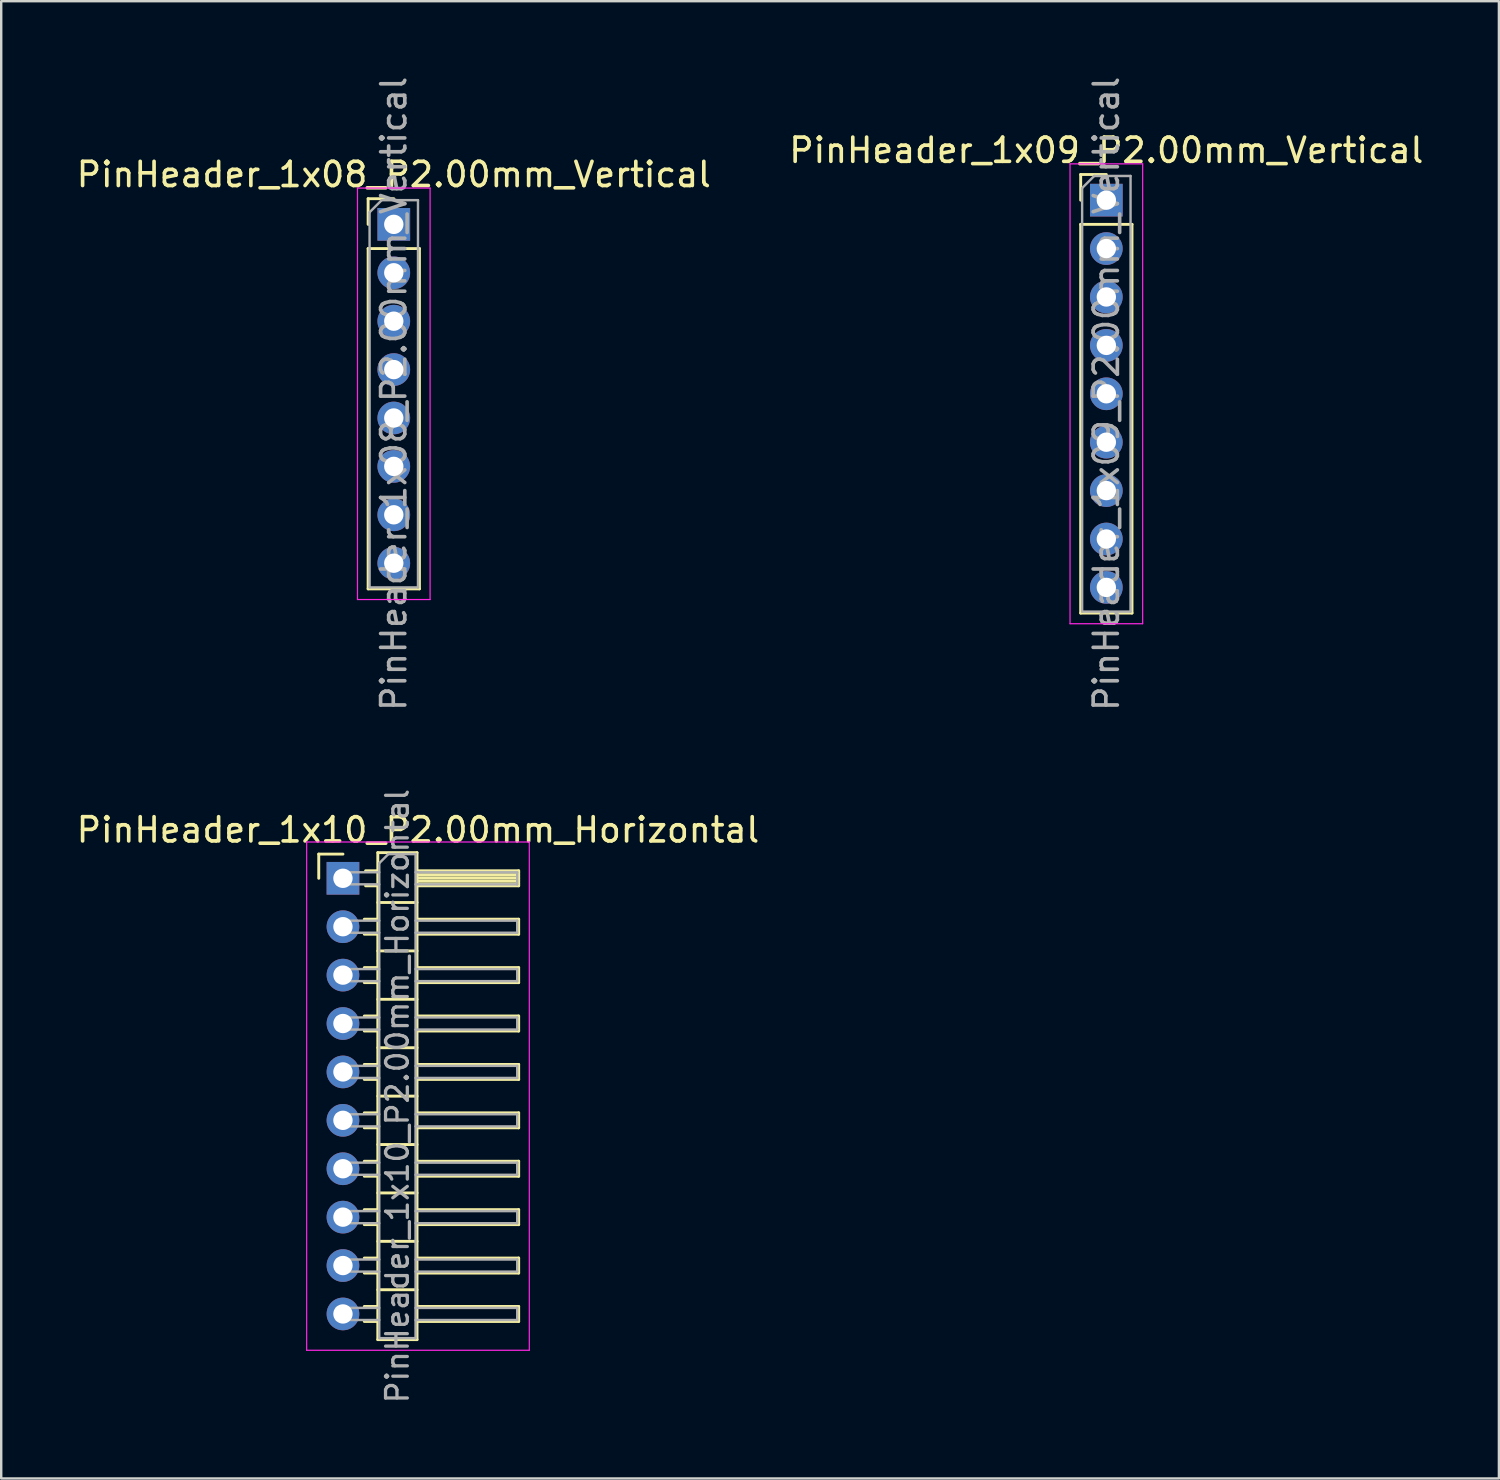
<source format=kicad_pcb>
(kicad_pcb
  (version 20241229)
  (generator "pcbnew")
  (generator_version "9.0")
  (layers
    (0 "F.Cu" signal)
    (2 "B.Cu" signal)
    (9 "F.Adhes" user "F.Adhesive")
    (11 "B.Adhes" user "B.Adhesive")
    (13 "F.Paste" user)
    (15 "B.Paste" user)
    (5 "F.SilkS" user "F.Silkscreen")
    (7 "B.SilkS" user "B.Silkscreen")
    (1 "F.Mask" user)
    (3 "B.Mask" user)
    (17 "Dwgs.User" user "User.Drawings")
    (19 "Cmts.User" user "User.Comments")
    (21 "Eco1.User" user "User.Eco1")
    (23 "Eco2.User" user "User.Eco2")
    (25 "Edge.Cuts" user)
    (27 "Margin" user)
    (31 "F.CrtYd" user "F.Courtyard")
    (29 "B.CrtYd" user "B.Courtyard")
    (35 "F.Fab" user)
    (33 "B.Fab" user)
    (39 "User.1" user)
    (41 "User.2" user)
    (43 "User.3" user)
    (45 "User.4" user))
  (footprint "PinHeader_1x09_P2.00mm_Vertical"
    (layer "F.Cu")
    (at 42.661 5.22)
    (property "Reference" "PinHeader_1x09_P2.00mm_Vertical" (at 0 -2.06 0) (layer "F.SilkS") (effects (font (size 1 1) (thickness 0.15))))
    (attr through_hole)
    (fp_line (start -1.06 -1.06) (end 0 -1.06) (stroke (width 0.12) (type solid)) (layer "F.SilkS"))
    (fp_line (start -1.06 0) (end -1.06 -1.06) (stroke (width 0.12) (type solid)) (layer "F.SilkS"))
    (fp_line (start -1.06 1) (end -1.06 17.06) (stroke (width 0.12) (type solid)) (layer "F.SilkS"))
    (fp_line (start -1.06 1) (end 1.06 1) (stroke (width 0.12) (type solid)) (layer "F.SilkS"))
    (fp_line (start -1.06 17.06) (end 1.06 17.06) (stroke (width 0.12) (type solid)) (layer "F.SilkS"))
    (fp_line (start 1.06 1) (end 1.06 17.06) (stroke (width 0.12) (type solid)) (layer "F.SilkS"))
    (fp_line (start -1.5 -1.5) (end -1.5 17.5) (stroke (width 0.05) (type solid)) (layer "F.CrtYd"))
    (fp_line (start -1.5 17.5) (end 1.5 17.5) (stroke (width 0.05) (type solid)) (layer "F.CrtYd"))
    (fp_line (start 1.5 -1.5) (end -1.5 -1.5) (stroke (width 0.05) (type solid)) (layer "F.CrtYd"))
    (fp_line (start 1.5 17.5) (end 1.5 -1.5) (stroke (width 0.05) (type solid)) (layer "F.CrtYd"))
    (fp_line (start -1 -0.5) (end -0.5 -1) (stroke (width 0.1) (type solid)) (layer "F.Fab"))
    (fp_line (start -1 17) (end -1 -0.5) (stroke (width 0.1) (type solid)) (layer "F.Fab"))
    (fp_line (start -0.5 -1) (end 1 -1) (stroke (width 0.1) (type solid)) (layer "F.Fab"))
    (fp_line (start 1 -1) (end 1 17) (stroke (width 0.1) (type solid)) (layer "F.Fab"))
    (fp_line (start 1 17) (end -1 17) (stroke (width 0.1) (type solid)) (layer "F.Fab"))
    (fp_text user "${REFERENCE}" (at 0 8 90) (layer "F.Fab") (effects (font (size 1 1) (thickness 0.15))))
    (pad "1" thru_hole rect (at 0 0) (size 1.35 1.35) (drill 0.8) (layers "*.Cu" "*.Mask"))
    (pad "2" thru_hole oval (at 0 2) (size 1.35 1.35) (drill 0.8) (layers "*.Cu" "*.Mask"))
    (pad "3" thru_hole oval (at 0 4) (size 1.35 1.35) (drill 0.8) (layers "*.Cu" "*.Mask"))
    (pad "4" thru_hole oval (at 0 6) (size 1.35 1.35) (drill 0.8) (layers "*.Cu" "*.Mask"))
    (pad "5" thru_hole oval (at 0 8) (size 1.35 1.35) (drill 0.8) (layers "*.Cu" "*.Mask"))
    (pad "6" thru_hole oval (at 0 10) (size 1.35 1.35) (drill 0.8) (layers "*.Cu" "*.Mask"))
    (pad "7" thru_hole oval (at 0 12) (size 1.35 1.35) (drill 0.8) (layers "*.Cu" "*.Mask"))
    (pad "8" thru_hole oval (at 0 14) (size 1.35 1.35) (drill 0.8) (layers "*.Cu" "*.Mask"))
    (pad "9" thru_hole oval (at 0 16) (size 1.35 1.35) (drill 0.8) (layers "*.Cu" "*.Mask")))
  (footprint "PinHeader_1x10_P2.00mm_Horizontal"
    (layer "F.Cu")
    (at 11.12 33.239)
    (property "Reference" "PinHeader_1x10_P2.00mm_Horizontal" (at 3.1 -2 0) (layer "F.SilkS") (effects (font (size 1 1) (thickness 0.15))))
    (attr through_hole)
    (fp_line (start -1 -1) (end 0 -1) (stroke (width 0.12) (type solid)) (layer "F.SilkS"))
    (fp_line (start -1 0) (end -1 -1) (stroke (width 0.12) (type solid)) (layer "F.SilkS"))
    (fp_line (start 0.882 1.69) (end 1.44 1.69) (stroke (width 0.12) (type solid)) (layer "F.SilkS"))
    (fp_line (start 0.882 2.31) (end 1.44 2.31) (stroke (width 0.12) (type solid)) (layer "F.SilkS"))
    (fp_line (start 0.882 3.69) (end 1.44 3.69) (stroke (width 0.12) (type solid)) (layer "F.SilkS"))
    (fp_line (start 0.882 4.31) (end 1.44 4.31) (stroke (width 0.12) (type solid)) (layer "F.SilkS"))
    (fp_line (start 0.882 5.69) (end 1.44 5.69) (stroke (width 0.12) (type solid)) (layer "F.SilkS"))
    (fp_line (start 0.882 6.31) (end 1.44 6.31) (stroke (width 0.12) (type solid)) (layer "F.SilkS"))
    (fp_line (start 0.882 7.69) (end 1.44 7.69) (stroke (width 0.12) (type solid)) (layer "F.SilkS"))
    (fp_line (start 0.882 8.31) (end 1.44 8.31) (stroke (width 0.12) (type solid)) (layer "F.SilkS"))
    (fp_line (start 0.882 9.69) (end 1.44 9.69) (stroke (width 0.12) (type solid)) (layer "F.SilkS"))
    (fp_line (start 0.882 10.31) (end 1.44 10.31) (stroke (width 0.12) (type solid)) (layer "F.SilkS"))
    (fp_line (start 0.882 11.69) (end 1.44 11.69) (stroke (width 0.12) (type solid)) (layer "F.SilkS"))
    (fp_line (start 0.882 12.31) (end 1.44 12.31) (stroke (width 0.12) (type solid)) (layer "F.SilkS"))
    (fp_line (start 0.882 13.69) (end 1.44 13.69) (stroke (width 0.12) (type solid)) (layer "F.SilkS"))
    (fp_line (start 0.882 14.31) (end 1.44 14.31) (stroke (width 0.12) (type solid)) (layer "F.SilkS"))
    (fp_line (start 0.882 15.69) (end 1.44 15.69) (stroke (width 0.12) (type solid)) (layer "F.SilkS"))
    (fp_line (start 0.882 16.31) (end 1.44 16.31) (stroke (width 0.12) (type solid)) (layer "F.SilkS"))
    (fp_line (start 0.882 17.69) (end 1.44 17.69) (stroke (width 0.12) (type solid)) (layer "F.SilkS"))
    (fp_line (start 0.882 18.31) (end 1.44 18.31) (stroke (width 0.12) (type solid)) (layer "F.SilkS"))
    (fp_line (start 0.935 -0.31) (end 1.44 -0.31) (stroke (width 0.12) (type solid)) (layer "F.SilkS"))
    (fp_line (start 0.935 0.31) (end 1.44 0.31) (stroke (width 0.12) (type solid)) (layer "F.SilkS"))
    (fp_line (start 1.44 -1.06) (end 1.44 19.06) (stroke (width 0.12) (type solid)) (layer "F.SilkS"))
    (fp_line (start 1.44 1) (end 3.06 1) (stroke (width 0.12) (type solid)) (layer "F.SilkS"))
    (fp_line (start 1.44 3) (end 3.06 3) (stroke (width 0.12) (type solid)) (layer "F.SilkS"))
    (fp_line (start 1.44 5) (end 3.06 5) (stroke (width 0.12) (type solid)) (layer "F.SilkS"))
    (fp_line (start 1.44 7) (end 3.06 7) (stroke (width 0.12) (type solid)) (layer "F.SilkS"))
    (fp_line (start 1.44 9) (end 3.06 9) (stroke (width 0.12) (type solid)) (layer "F.SilkS"))
    (fp_line (start 1.44 11) (end 3.06 11) (stroke (width 0.12) (type solid)) (layer "F.SilkS"))
    (fp_line (start 1.44 13) (end 3.06 13) (stroke (width 0.12) (type solid)) (layer "F.SilkS"))
    (fp_line (start 1.44 15) (end 3.06 15) (stroke (width 0.12) (type solid)) (layer "F.SilkS"))
    (fp_line (start 1.44 17) (end 3.06 17) (stroke (width 0.12) (type solid)) (layer "F.SilkS"))
    (fp_line (start 1.44 19.06) (end 3.06 19.06) (stroke (width 0.12) (type solid)) (layer "F.SilkS"))
    (fp_line (start 3.06 -1.06) (end 1.44 -1.06) (stroke (width 0.12) (type solid)) (layer "F.SilkS"))
    (fp_line (start 3.06 -0.31) (end 7.26 -0.31) (stroke (width 0.12) (type solid)) (layer "F.SilkS"))
    (fp_line (start 3.06 -0.25) (end 7.26 -0.25) (stroke (width 0.12) (type solid)) (layer "F.SilkS"))
    (fp_line (start 3.06 -0.13) (end 7.26 -0.13) (stroke (width 0.12) (type solid)) (layer "F.SilkS"))
    (fp_line (start 3.06 -0.01) (end 7.26 -0.01) (stroke (width 0.12) (type solid)) (layer "F.SilkS"))
    (fp_line (start 3.06 0.11) (end 7.26 0.11) (stroke (width 0.12) (type solid)) (layer "F.SilkS"))
    (fp_line (start 3.06 0.23) (end 7.26 0.23) (stroke (width 0.12) (type solid)) (layer "F.SilkS"))
    (fp_line (start 3.06 1.69) (end 7.26 1.69) (stroke (width 0.12) (type solid)) (layer "F.SilkS"))
    (fp_line (start 3.06 3.69) (end 7.26 3.69) (stroke (width 0.12) (type solid)) (layer "F.SilkS"))
    (fp_line (start 3.06 5.69) (end 7.26 5.69) (stroke (width 0.12) (type solid)) (layer "F.SilkS"))
    (fp_line (start 3.06 7.69) (end 7.26 7.69) (stroke (width 0.12) (type solid)) (layer "F.SilkS"))
    (fp_line (start 3.06 9.69) (end 7.26 9.69) (stroke (width 0.12) (type solid)) (layer "F.SilkS"))
    (fp_line (start 3.06 11.69) (end 7.26 11.69) (stroke (width 0.12) (type solid)) (layer "F.SilkS"))
    (fp_line (start 3.06 13.69) (end 7.26 13.69) (stroke (width 0.12) (type solid)) (layer "F.SilkS"))
    (fp_line (start 3.06 15.69) (end 7.26 15.69) (stroke (width 0.12) (type solid)) (layer "F.SilkS"))
    (fp_line (start 3.06 17.69) (end 7.26 17.69) (stroke (width 0.12) (type solid)) (layer "F.SilkS"))
    (fp_line (start 3.06 19.06) (end 3.06 -1.06) (stroke (width 0.12) (type solid)) (layer "F.SilkS"))
    (fp_line (start 7.26 -0.31) (end 7.26 0.31) (stroke (width 0.12) (type solid)) (layer "F.SilkS"))
    (fp_line (start 7.26 0.31) (end 3.06 0.31) (stroke (width 0.12) (type solid)) (layer "F.SilkS"))
    (fp_line (start 7.26 1.69) (end 7.26 2.31) (stroke (width 0.12) (type solid)) (layer "F.SilkS"))
    (fp_line (start 7.26 2.31) (end 3.06 2.31) (stroke (width 0.12) (type solid)) (layer "F.SilkS"))
    (fp_line (start 7.26 3.69) (end 7.26 4.31) (stroke (width 0.12) (type solid)) (layer "F.SilkS"))
    (fp_line (start 7.26 4.31) (end 3.06 4.31) (stroke (width 0.12) (type solid)) (layer "F.SilkS"))
    (fp_line (start 7.26 5.69) (end 7.26 6.31) (stroke (width 0.12) (type solid)) (layer "F.SilkS"))
    (fp_line (start 7.26 6.31) (end 3.06 6.31) (stroke (width 0.12) (type solid)) (layer "F.SilkS"))
    (fp_line (start 7.26 7.69) (end 7.26 8.31) (stroke (width 0.12) (type solid)) (layer "F.SilkS"))
    (fp_line (start 7.26 8.31) (end 3.06 8.31) (stroke (width 0.12) (type solid)) (layer "F.SilkS"))
    (fp_line (start 7.26 9.69) (end 7.26 10.31) (stroke (width 0.12) (type solid)) (layer "F.SilkS"))
    (fp_line (start 7.26 10.31) (end 3.06 10.31) (stroke (width 0.12) (type solid)) (layer "F.SilkS"))
    (fp_line (start 7.26 11.69) (end 7.26 12.31) (stroke (width 0.12) (type solid)) (layer "F.SilkS"))
    (fp_line (start 7.26 12.31) (end 3.06 12.31) (stroke (width 0.12) (type solid)) (layer "F.SilkS"))
    (fp_line (start 7.26 13.69) (end 7.26 14.31) (stroke (width 0.12) (type solid)) (layer "F.SilkS"))
    (fp_line (start 7.26 14.31) (end 3.06 14.31) (stroke (width 0.12) (type solid)) (layer "F.SilkS"))
    (fp_line (start 7.26 15.69) (end 7.26 16.31) (stroke (width 0.12) (type solid)) (layer "F.SilkS"))
    (fp_line (start 7.26 16.31) (end 3.06 16.31) (stroke (width 0.12) (type solid)) (layer "F.SilkS"))
    (fp_line (start 7.26 17.69) (end 7.26 18.31) (stroke (width 0.12) (type solid)) (layer "F.SilkS"))
    (fp_line (start 7.26 18.31) (end 3.06 18.31) (stroke (width 0.12) (type solid)) (layer "F.SilkS"))
    (fp_line (start -1.5 -1.5) (end -1.5 19.5) (stroke (width 0.05) (type solid)) (layer "F.CrtYd"))
    (fp_line (start -1.5 19.5) (end 7.7 19.5) (stroke (width 0.05) (type solid)) (layer "F.CrtYd"))
    (fp_line (start 7.7 -1.5) (end -1.5 -1.5) (stroke (width 0.05) (type solid)) (layer "F.CrtYd"))
    (fp_line (start 7.7 19.5) (end 7.7 -1.5) (stroke (width 0.05) (type solid)) (layer "F.CrtYd"))
    (fp_line (start -0.25 -0.25) (end -0.25 0.25) (stroke (width 0.1) (type solid)) (layer "F.Fab"))
    (fp_line (start -0.25 -0.25) (end 1.5 -0.25) (stroke (width 0.1) (type solid)) (layer "F.Fab"))
    (fp_line (start -0.25 0.25) (end 1.5 0.25) (stroke (width 0.1) (type solid)) (layer "F.Fab"))
    (fp_line (start -0.25 1.75) (end -0.25 2.25) (stroke (width 0.1) (type solid)) (layer "F.Fab"))
    (fp_line (start -0.25 1.75) (end 1.5 1.75) (stroke (width 0.1) (type solid)) (layer "F.Fab"))
    (fp_line (start -0.25 2.25) (end 1.5 2.25) (stroke (width 0.1) (type solid)) (layer "F.Fab"))
    (fp_line (start -0.25 3.75) (end -0.25 4.25) (stroke (width 0.1) (type solid)) (layer "F.Fab"))
    (fp_line (start -0.25 3.75) (end 1.5 3.75) (stroke (width 0.1) (type solid)) (layer "F.Fab"))
    (fp_line (start -0.25 4.25) (end 1.5 4.25) (stroke (width 0.1) (type solid)) (layer "F.Fab"))
    (fp_line (start -0.25 5.75) (end -0.25 6.25) (stroke (width 0.1) (type solid)) (layer "F.Fab"))
    (fp_line (start -0.25 5.75) (end 1.5 5.75) (stroke (width 0.1) (type solid)) (layer "F.Fab"))
    (fp_line (start -0.25 6.25) (end 1.5 6.25) (stroke (width 0.1) (type solid)) (layer "F.Fab"))
    (fp_line (start -0.25 7.75) (end -0.25 8.25) (stroke (width 0.1) (type solid)) (layer "F.Fab"))
    (fp_line (start -0.25 7.75) (end 1.5 7.75) (stroke (width 0.1) (type solid)) (layer "F.Fab"))
    (fp_line (start -0.25 8.25) (end 1.5 8.25) (stroke (width 0.1) (type solid)) (layer "F.Fab"))
    (fp_line (start -0.25 9.75) (end -0.25 10.25) (stroke (width 0.1) (type solid)) (layer "F.Fab"))
    (fp_line (start -0.25 9.75) (end 1.5 9.75) (stroke (width 0.1) (type solid)) (layer "F.Fab"))
    (fp_line (start -0.25 10.25) (end 1.5 10.25) (stroke (width 0.1) (type solid)) (layer "F.Fab"))
    (fp_line (start -0.25 11.75) (end -0.25 12.25) (stroke (width 0.1) (type solid)) (layer "F.Fab"))
    (fp_line (start -0.25 11.75) (end 1.5 11.75) (stroke (width 0.1) (type solid)) (layer "F.Fab"))
    (fp_line (start -0.25 12.25) (end 1.5 12.25) (stroke (width 0.1) (type solid)) (layer "F.Fab"))
    (fp_line (start -0.25 13.75) (end -0.25 14.25) (stroke (width 0.1) (type solid)) (layer "F.Fab"))
    (fp_line (start -0.25 13.75) (end 1.5 13.75) (stroke (width 0.1) (type solid)) (layer "F.Fab"))
    (fp_line (start -0.25 14.25) (end 1.5 14.25) (stroke (width 0.1) (type solid)) (layer "F.Fab"))
    (fp_line (start -0.25 15.75) (end -0.25 16.25) (stroke (width 0.1) (type solid)) (layer "F.Fab"))
    (fp_line (start -0.25 15.75) (end 1.5 15.75) (stroke (width 0.1) (type solid)) (layer "F.Fab"))
    (fp_line (start -0.25 16.25) (end 1.5 16.25) (stroke (width 0.1) (type solid)) (layer "F.Fab"))
    (fp_line (start -0.25 17.75) (end -0.25 18.25) (stroke (width 0.1) (type solid)) (layer "F.Fab"))
    (fp_line (start -0.25 17.75) (end 1.5 17.75) (stroke (width 0.1) (type solid)) (layer "F.Fab"))
    (fp_line (start -0.25 18.25) (end 1.5 18.25) (stroke (width 0.1) (type solid)) (layer "F.Fab"))
    (fp_line (start 1.5 -0.625) (end 1.875 -1) (stroke (width 0.1) (type solid)) (layer "F.Fab"))
    (fp_line (start 1.5 19) (end 1.5 -0.625) (stroke (width 0.1) (type solid)) (layer "F.Fab"))
    (fp_line (start 1.875 -1) (end 3 -1) (stroke (width 0.1) (type solid)) (layer "F.Fab"))
    (fp_line (start 3 -1) (end 3 19) (stroke (width 0.1) (type solid)) (layer "F.Fab"))
    (fp_line (start 3 -0.25) (end 7.2 -0.25) (stroke (width 0.1) (type solid)) (layer "F.Fab"))
    (fp_line (start 3 0.25) (end 7.2 0.25) (stroke (width 0.1) (type solid)) (layer "F.Fab"))
    (fp_line (start 3 1.75) (end 7.2 1.75) (stroke (width 0.1) (type solid)) (layer "F.Fab"))
    (fp_line (start 3 2.25) (end 7.2 2.25) (stroke (width 0.1) (type solid)) (layer "F.Fab"))
    (fp_line (start 3 3.75) (end 7.2 3.75) (stroke (width 0.1) (type solid)) (layer "F.Fab"))
    (fp_line (start 3 4.25) (end 7.2 4.25) (stroke (width 0.1) (type solid)) (layer "F.Fab"))
    (fp_line (start 3 5.75) (end 7.2 5.75) (stroke (width 0.1) (type solid)) (layer "F.Fab"))
    (fp_line (start 3 6.25) (end 7.2 6.25) (stroke (width 0.1) (type solid)) (layer "F.Fab"))
    (fp_line (start 3 7.75) (end 7.2 7.75) (stroke (width 0.1) (type solid)) (layer "F.Fab"))
    (fp_line (start 3 8.25) (end 7.2 8.25) (stroke (width 0.1) (type solid)) (layer "F.Fab"))
    (fp_line (start 3 9.75) (end 7.2 9.75) (stroke (width 0.1) (type solid)) (layer "F.Fab"))
    (fp_line (start 3 10.25) (end 7.2 10.25) (stroke (width 0.1) (type solid)) (layer "F.Fab"))
    (fp_line (start 3 11.75) (end 7.2 11.75) (stroke (width 0.1) (type solid)) (layer "F.Fab"))
    (fp_line (start 3 12.25) (end 7.2 12.25) (stroke (width 0.1) (type solid)) (layer "F.Fab"))
    (fp_line (start 3 13.75) (end 7.2 13.75) (stroke (width 0.1) (type solid)) (layer "F.Fab"))
    (fp_line (start 3 14.25) (end 7.2 14.25) (stroke (width 0.1) (type solid)) (layer "F.Fab"))
    (fp_line (start 3 15.75) (end 7.2 15.75) (stroke (width 0.1) (type solid)) (layer "F.Fab"))
    (fp_line (start 3 16.25) (end 7.2 16.25) (stroke (width 0.1) (type solid)) (layer "F.Fab"))
    (fp_line (start 3 17.75) (end 7.2 17.75) (stroke (width 0.1) (type solid)) (layer "F.Fab"))
    (fp_line (start 3 18.25) (end 7.2 18.25) (stroke (width 0.1) (type solid)) (layer "F.Fab"))
    (fp_line (start 3 19) (end 1.5 19) (stroke (width 0.1) (type solid)) (layer "F.Fab"))
    (fp_line (start 7.2 -0.25) (end 7.2 0.25) (stroke (width 0.1) (type solid)) (layer "F.Fab"))
    (fp_line (start 7.2 1.75) (end 7.2 2.25) (stroke (width 0.1) (type solid)) (layer "F.Fab"))
    (fp_line (start 7.2 3.75) (end 7.2 4.25) (stroke (width 0.1) (type solid)) (layer "F.Fab"))
    (fp_line (start 7.2 5.75) (end 7.2 6.25) (stroke (width 0.1) (type solid)) (layer "F.Fab"))
    (fp_line (start 7.2 7.75) (end 7.2 8.25) (stroke (width 0.1) (type solid)) (layer "F.Fab"))
    (fp_line (start 7.2 9.75) (end 7.2 10.25) (stroke (width 0.1) (type solid)) (layer "F.Fab"))
    (fp_line (start 7.2 11.75) (end 7.2 12.25) (stroke (width 0.1) (type solid)) (layer "F.Fab"))
    (fp_line (start 7.2 13.75) (end 7.2 14.25) (stroke (width 0.1) (type solid)) (layer "F.Fab"))
    (fp_line (start 7.2 15.75) (end 7.2 16.25) (stroke (width 0.1) (type solid)) (layer "F.Fab"))
    (fp_line (start 7.2 17.75) (end 7.2 18.25) (stroke (width 0.1) (type solid)) (layer "F.Fab"))
    (fp_text user "${REFERENCE}" (at 2.25 9 90) (layer "F.Fab") (effects (font (size 0.9 0.9) (thickness 0.135))))
    (pad "1" thru_hole rect (at 0 0) (size 1.35 1.35) (drill 0.8) (layers "*.Cu" "*.Mask"))
    (pad "2" thru_hole oval (at 0 2) (size 1.35 1.35) (drill 0.8) (layers "*.Cu" "*.Mask"))
    (pad "3" thru_hole oval (at 0 4) (size 1.35 1.35) (drill 0.8) (layers "*.Cu" "*.Mask"))
    (pad "4" thru_hole oval (at 0 6) (size 1.35 1.35) (drill 0.8) (layers "*.Cu" "*.Mask"))
    (pad "5" thru_hole oval (at 0 8) (size 1.35 1.35) (drill 0.8) (layers "*.Cu" "*.Mask"))
    (pad "6" thru_hole oval (at 0 10) (size 1.35 1.35) (drill 0.8) (layers "*.Cu" "*.Mask"))
    (pad "7" thru_hole oval (at 0 12) (size 1.35 1.35) (drill 0.8) (layers "*.Cu" "*.Mask"))
    (pad "8" thru_hole oval (at 0 14) (size 1.35 1.35) (drill 0.8) (layers "*.Cu" "*.Mask"))
    (pad "9" thru_hole oval (at 0 16) (size 1.35 1.35) (drill 0.8) (layers "*.Cu" "*.Mask"))
    (pad "10" thru_hole oval (at 0 18) (size 1.35 1.35) (drill 0.8) (layers "*.Cu" "*.Mask")))
  (footprint "PinHeader_1x08_P2.00mm_Vertical"
    (layer "F.Cu")
    (at 13.22 6.22)
    (property "Reference" "PinHeader_1x08_P2.00mm_Vertical" (at 0 -2.06 0) (layer "F.SilkS") (effects (font (size 1 1) (thickness 0.15))))
    (attr through_hole)
    (fp_line (start -1.06 -1.06) (end 0 -1.06) (stroke (width 0.12) (type solid)) (layer "F.SilkS"))
    (fp_line (start -1.06 0) (end -1.06 -1.06) (stroke (width 0.12) (type solid)) (layer "F.SilkS"))
    (fp_line (start -1.06 1) (end -1.06 15.06) (stroke (width 0.12) (type solid)) (layer "F.SilkS"))
    (fp_line (start -1.06 1) (end 1.06 1) (stroke (width 0.12) (type solid)) (layer "F.SilkS"))
    (fp_line (start -1.06 15.06) (end 1.06 15.06) (stroke (width 0.12) (type solid)) (layer "F.SilkS"))
    (fp_line (start 1.06 1) (end 1.06 15.06) (stroke (width 0.12) (type solid)) (layer "F.SilkS"))
    (fp_line (start -1.5 -1.5) (end -1.5 15.5) (stroke (width 0.05) (type solid)) (layer "F.CrtYd"))
    (fp_line (start -1.5 15.5) (end 1.5 15.5) (stroke (width 0.05) (type solid)) (layer "F.CrtYd"))
    (fp_line (start 1.5 -1.5) (end -1.5 -1.5) (stroke (width 0.05) (type solid)) (layer "F.CrtYd"))
    (fp_line (start 1.5 15.5) (end 1.5 -1.5) (stroke (width 0.05) (type solid)) (layer "F.CrtYd"))
    (fp_line (start -1 -0.5) (end -0.5 -1) (stroke (width 0.1) (type solid)) (layer "F.Fab"))
    (fp_line (start -1 15) (end -1 -0.5) (stroke (width 0.1) (type solid)) (layer "F.Fab"))
    (fp_line (start -0.5 -1) (end 1 -1) (stroke (width 0.1) (type solid)) (layer "F.Fab"))
    (fp_line (start 1 -1) (end 1 15) (stroke (width 0.1) (type solid)) (layer "F.Fab"))
    (fp_line (start 1 15) (end -1 15) (stroke (width 0.1) (type solid)) (layer "F.Fab"))
    (fp_text user "${REFERENCE}" (at 0 7 90) (layer "F.Fab") (effects (font (size 1 1) (thickness 0.15))))
    (pad "1" thru_hole rect (at 0 0) (size 1.35 1.35) (drill 0.8) (layers "*.Cu" "*.Mask"))
    (pad "2" thru_hole oval (at 0 2) (size 1.35 1.35) (drill 0.8) (layers "*.Cu" "*.Mask"))
    (pad "3" thru_hole oval (at 0 4) (size 1.35 1.35) (drill 0.8) (layers "*.Cu" "*.Mask"))
    (pad "4" thru_hole oval (at 0 6) (size 1.35 1.35) (drill 0.8) (layers "*.Cu" "*.Mask"))
    (pad "5" thru_hole oval (at 0 8) (size 1.35 1.35) (drill 0.8) (layers "*.Cu" "*.Mask"))
    (pad "6" thru_hole oval (at 0 10) (size 1.35 1.35) (drill 0.8) (layers "*.Cu" "*.Mask"))
    (pad "7" thru_hole oval (at 0 12) (size 1.35 1.35) (drill 0.8) (layers "*.Cu" "*.Mask"))
    (pad "8" thru_hole oval (at 0 14) (size 1.35 1.35) (drill 0.8) (layers "*.Cu" "*.Mask")))
  (gr_rect
    (start -3 -3)
    (end 58.881 58.037)
    (stroke (width 0.1) (type default))
    (fill no)
    (layer "Edge.Cuts")))
</source>
